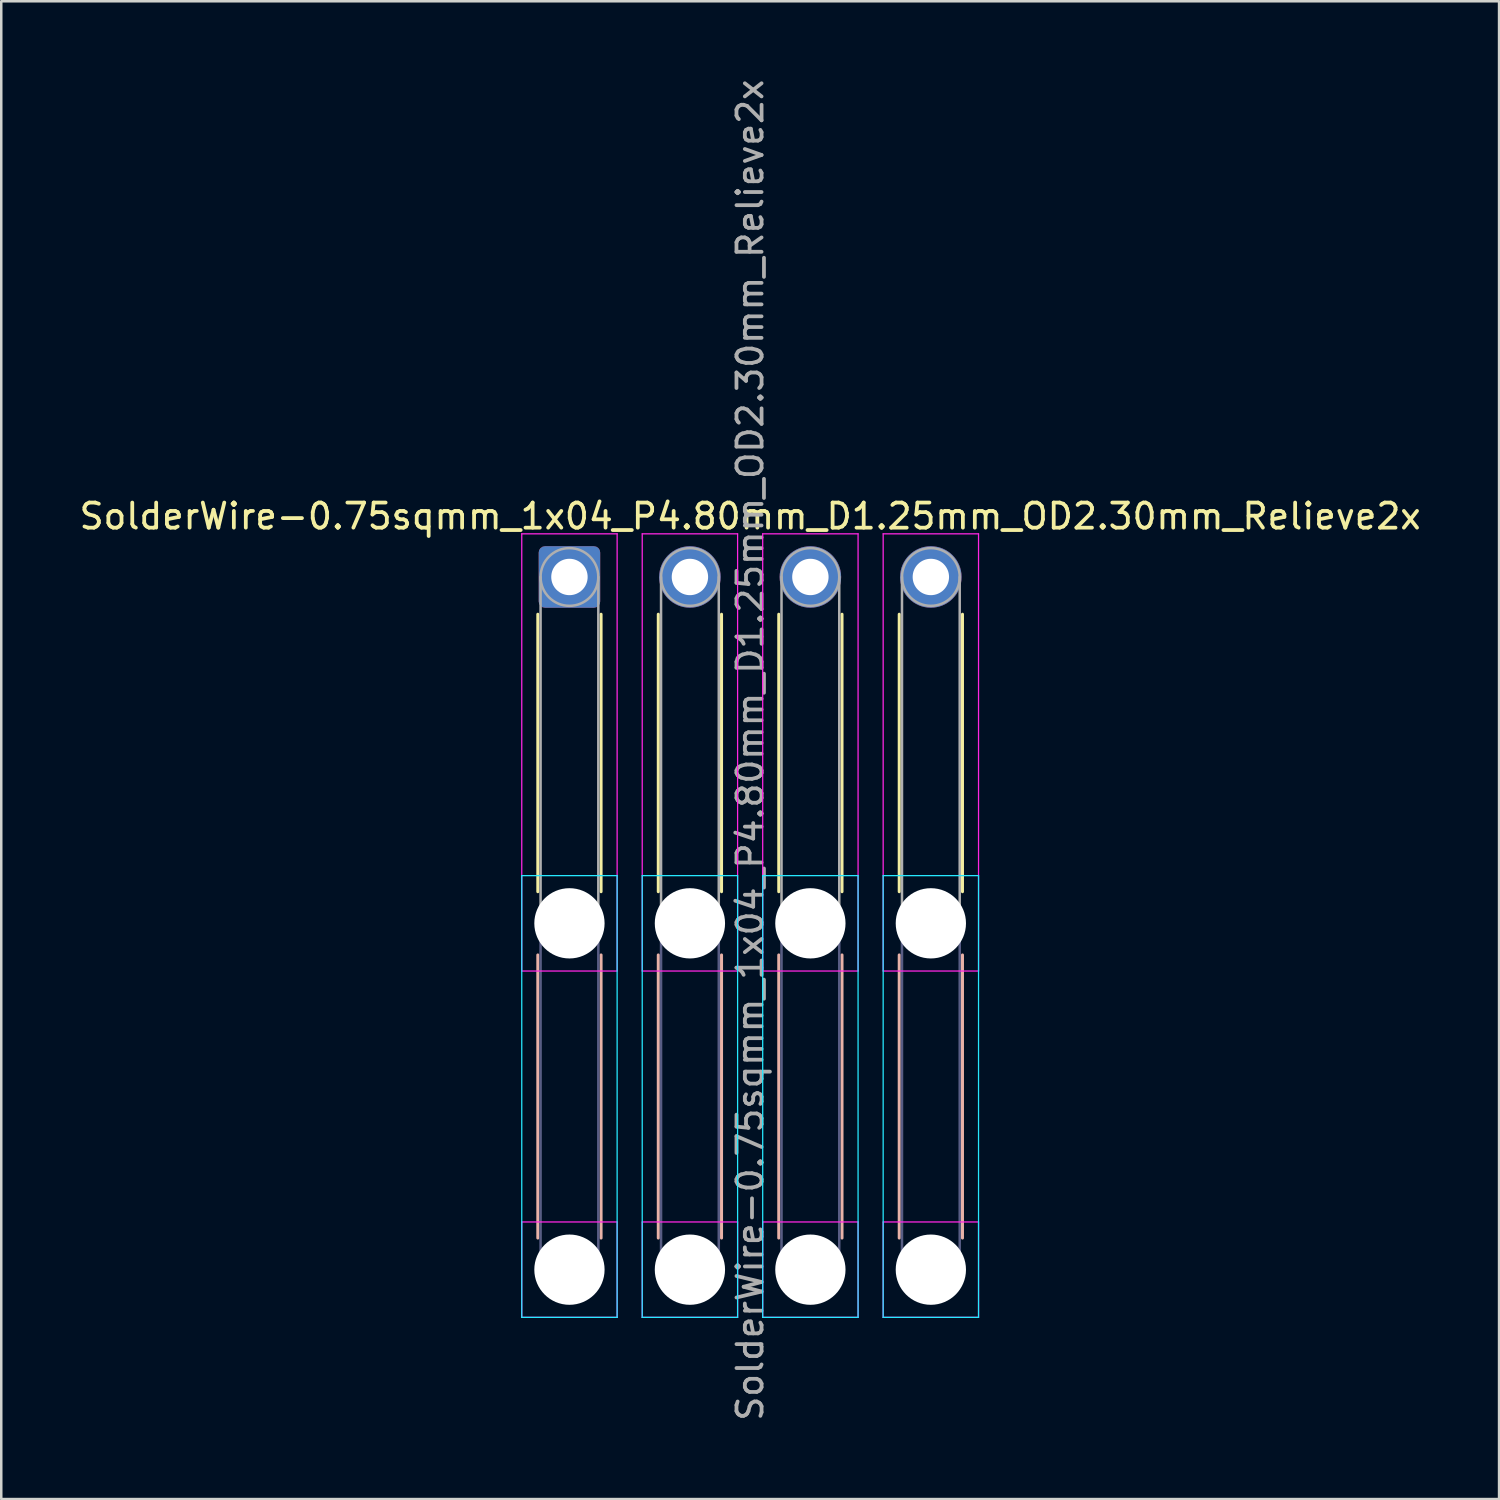
<source format=kicad_pcb>
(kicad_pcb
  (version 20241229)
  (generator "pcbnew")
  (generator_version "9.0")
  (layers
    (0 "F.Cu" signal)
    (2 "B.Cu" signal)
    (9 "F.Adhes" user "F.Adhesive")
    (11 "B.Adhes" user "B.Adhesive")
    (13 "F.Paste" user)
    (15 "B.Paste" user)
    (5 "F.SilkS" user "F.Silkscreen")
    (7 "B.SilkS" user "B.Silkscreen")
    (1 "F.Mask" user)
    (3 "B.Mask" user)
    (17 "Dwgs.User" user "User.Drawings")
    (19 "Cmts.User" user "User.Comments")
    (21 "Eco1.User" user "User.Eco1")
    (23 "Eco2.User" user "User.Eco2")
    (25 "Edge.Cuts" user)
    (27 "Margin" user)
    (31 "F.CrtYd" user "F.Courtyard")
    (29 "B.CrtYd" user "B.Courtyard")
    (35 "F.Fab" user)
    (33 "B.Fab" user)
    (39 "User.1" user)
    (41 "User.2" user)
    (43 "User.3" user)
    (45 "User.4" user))
  (footprint "SolderWire-0.75sqmm_1x04_P4.80mm_D1.25mm_OD2.30mm_Relieve2x"
    (layer "F.Cu")
    (at 19.639 19.939)
    (property "Reference" "SolderWire-0.75sqmm_1x04_P4.80mm_D1.25mm_OD2.30mm_Relieve2x" (at 7.2 -2.42 0) (layer "F.SilkS") (effects (font (size 1 1) (thickness 0.15))))
    (attr exclude_from_pos_files exclude_from_bom)
    (fp_line (start -1.26 1.485) (end -1.26 12.54) (stroke (width 0.12) (type solid)) (layer "F.SilkS"))
    (fp_line (start 1.26 1.485) (end 1.26 12.54) (stroke (width 0.12) (type solid)) (layer "F.SilkS"))
    (fp_line (start 3.54 1.485) (end 3.54 12.54) (stroke (width 0.12) (type solid)) (layer "F.SilkS"))
    (fp_line (start 6.06 1.485) (end 6.06 12.54) (stroke (width 0.12) (type solid)) (layer "F.SilkS"))
    (fp_line (start 8.34 1.485) (end 8.34 12.54) (stroke (width 0.12) (type solid)) (layer "F.SilkS"))
    (fp_line (start 10.86 1.485) (end 10.86 12.54) (stroke (width 0.12) (type solid)) (layer "F.SilkS"))
    (fp_line (start 13.14 1.485) (end 13.14 12.54) (stroke (width 0.12) (type solid)) (layer "F.SilkS"))
    (fp_line (start 15.66 1.485) (end 15.66 12.54) (stroke (width 0.12) (type solid)) (layer "F.SilkS"))
    (fp_line (start -1.26 15.06) (end -1.26 26.34) (stroke (width 0.12) (type solid)) (layer "B.SilkS"))
    (fp_line (start 1.26 15.06) (end 1.26 26.34) (stroke (width 0.12) (type solid)) (layer "B.SilkS"))
    (fp_line (start 3.54 15.06) (end 3.54 26.34) (stroke (width 0.12) (type solid)) (layer "B.SilkS"))
    (fp_line (start 6.06 15.06) (end 6.06 26.34) (stroke (width 0.12) (type solid)) (layer "B.SilkS"))
    (fp_line (start 8.34 15.06) (end 8.34 26.34) (stroke (width 0.12) (type solid)) (layer "B.SilkS"))
    (fp_line (start 10.86 15.06) (end 10.86 26.34) (stroke (width 0.12) (type solid)) (layer "B.SilkS"))
    (fp_line (start 13.14 15.06) (end 13.14 26.34) (stroke (width 0.12) (type solid)) (layer "B.SilkS"))
    (fp_line (start 15.66 15.06) (end 15.66 26.34) (stroke (width 0.12) (type solid)) (layer "B.SilkS"))
    (fp_line (start -1.9 11.9) (end -1.9 29.5) (stroke (width 0.05) (type solid)) (layer "B.CrtYd"))
    (fp_line (start -1.9 29.5) (end 1.9 29.5) (stroke (width 0.05) (type solid)) (layer "B.CrtYd"))
    (fp_line (start 1.9 11.9) (end -1.9 11.9) (stroke (width 0.05) (type solid)) (layer "B.CrtYd"))
    (fp_line (start 1.9 29.5) (end 1.9 11.9) (stroke (width 0.05) (type solid)) (layer "B.CrtYd"))
    (fp_line (start 2.9 11.9) (end 2.9 29.5) (stroke (width 0.05) (type solid)) (layer "B.CrtYd"))
    (fp_line (start 2.9 29.5) (end 6.7 29.5) (stroke (width 0.05) (type solid)) (layer "B.CrtYd"))
    (fp_line (start 6.7 11.9) (end 2.9 11.9) (stroke (width 0.05) (type solid)) (layer "B.CrtYd"))
    (fp_line (start 6.7 29.5) (end 6.7 11.9) (stroke (width 0.05) (type solid)) (layer "B.CrtYd"))
    (fp_line (start 7.7 11.9) (end 7.7 29.5) (stroke (width 0.05) (type solid)) (layer "B.CrtYd"))
    (fp_line (start 7.7 29.5) (end 11.5 29.5) (stroke (width 0.05) (type solid)) (layer "B.CrtYd"))
    (fp_line (start 11.5 11.9) (end 7.7 11.9) (stroke (width 0.05) (type solid)) (layer "B.CrtYd"))
    (fp_line (start 11.5 29.5) (end 11.5 11.9) (stroke (width 0.05) (type solid)) (layer "B.CrtYd"))
    (fp_line (start 12.5 11.9) (end 12.5 29.5) (stroke (width 0.05) (type solid)) (layer "B.CrtYd"))
    (fp_line (start 12.5 29.5) (end 16.3 29.5) (stroke (width 0.05) (type solid)) (layer "B.CrtYd"))
    (fp_line (start 16.3 11.9) (end 12.5 11.9) (stroke (width 0.05) (type solid)) (layer "B.CrtYd"))
    (fp_line (start 16.3 29.5) (end 16.3 11.9) (stroke (width 0.05) (type solid)) (layer "B.CrtYd"))
    (fp_line (start -1.9 -1.72) (end -1.9 15.7) (stroke (width 0.05) (type solid)) (layer "F.CrtYd"))
    (fp_line (start -1.9 15.7) (end 1.9 15.7) (stroke (width 0.05) (type solid)) (layer "F.CrtYd"))
    (fp_line (start -1.9 25.7) (end -1.9 29.5) (stroke (width 0.05) (type solid)) (layer "F.CrtYd"))
    (fp_line (start -1.9 29.5) (end 1.9 29.5) (stroke (width 0.05) (type solid)) (layer "F.CrtYd"))
    (fp_line (start 1.9 -1.72) (end -1.9 -1.72) (stroke (width 0.05) (type solid)) (layer "F.CrtYd"))
    (fp_line (start 1.9 15.7) (end 1.9 -1.72) (stroke (width 0.05) (type solid)) (layer "F.CrtYd"))
    (fp_line (start 1.9 25.7) (end -1.9 25.7) (stroke (width 0.05) (type solid)) (layer "F.CrtYd"))
    (fp_line (start 1.9 29.5) (end 1.9 25.7) (stroke (width 0.05) (type solid)) (layer "F.CrtYd"))
    (fp_line (start 2.9 -1.72) (end 2.9 15.7) (stroke (width 0.05) (type solid)) (layer "F.CrtYd"))
    (fp_line (start 2.9 15.7) (end 6.7 15.7) (stroke (width 0.05) (type solid)) (layer "F.CrtYd"))
    (fp_line (start 2.9 25.7) (end 2.9 29.5) (stroke (width 0.05) (type solid)) (layer "F.CrtYd"))
    (fp_line (start 2.9 29.5) (end 6.7 29.5) (stroke (width 0.05) (type solid)) (layer "F.CrtYd"))
    (fp_line (start 6.7 -1.72) (end 2.9 -1.72) (stroke (width 0.05) (type solid)) (layer "F.CrtYd"))
    (fp_line (start 6.7 15.7) (end 6.7 -1.72) (stroke (width 0.05) (type solid)) (layer "F.CrtYd"))
    (fp_line (start 6.7 25.7) (end 2.9 25.7) (stroke (width 0.05) (type solid)) (layer "F.CrtYd"))
    (fp_line (start 6.7 29.5) (end 6.7 25.7) (stroke (width 0.05) (type solid)) (layer "F.CrtYd"))
    (fp_line (start 7.7 -1.72) (end 7.7 15.7) (stroke (width 0.05) (type solid)) (layer "F.CrtYd"))
    (fp_line (start 7.7 15.7) (end 11.5 15.7) (stroke (width 0.05) (type solid)) (layer "F.CrtYd"))
    (fp_line (start 7.7 25.7) (end 7.7 29.5) (stroke (width 0.05) (type solid)) (layer "F.CrtYd"))
    (fp_line (start 7.7 29.5) (end 11.5 29.5) (stroke (width 0.05) (type solid)) (layer "F.CrtYd"))
    (fp_line (start 11.5 -1.72) (end 7.7 -1.72) (stroke (width 0.05) (type solid)) (layer "F.CrtYd"))
    (fp_line (start 11.5 15.7) (end 11.5 -1.72) (stroke (width 0.05) (type solid)) (layer "F.CrtYd"))
    (fp_line (start 11.5 25.7) (end 7.7 25.7) (stroke (width 0.05) (type solid)) (layer "F.CrtYd"))
    (fp_line (start 11.5 29.5) (end 11.5 25.7) (stroke (width 0.05) (type solid)) (layer "F.CrtYd"))
    (fp_line (start 12.5 -1.72) (end 12.5 15.7) (stroke (width 0.05) (type solid)) (layer "F.CrtYd"))
    (fp_line (start 12.5 15.7) (end 16.3 15.7) (stroke (width 0.05) (type solid)) (layer "F.CrtYd"))
    (fp_line (start 12.5 25.7) (end 12.5 29.5) (stroke (width 0.05) (type solid)) (layer "F.CrtYd"))
    (fp_line (start 12.5 29.5) (end 16.3 29.5) (stroke (width 0.05) (type solid)) (layer "F.CrtYd"))
    (fp_line (start 16.3 -1.72) (end 12.5 -1.72) (stroke (width 0.05) (type solid)) (layer "F.CrtYd"))
    (fp_line (start 16.3 15.7) (end 16.3 -1.72) (stroke (width 0.05) (type solid)) (layer "F.CrtYd"))
    (fp_line (start 16.3 25.7) (end 12.5 25.7) (stroke (width 0.05) (type solid)) (layer "F.CrtYd"))
    (fp_line (start 16.3 29.5) (end 16.3 25.7) (stroke (width 0.05) (type solid)) (layer "F.CrtYd"))
    (fp_line (start -1.15 13.8) (end -1.15 27.6) (stroke (width 0.1) (type solid)) (layer "B.Fab"))
    (fp_line (start 1.15 13.8) (end 1.15 27.6) (stroke (width 0.1) (type solid)) (layer "B.Fab"))
    (fp_line (start 3.65 13.8) (end 3.65 27.6) (stroke (width 0.1) (type solid)) (layer "B.Fab"))
    (fp_line (start 5.95 13.8) (end 5.95 27.6) (stroke (width 0.1) (type solid)) (layer "B.Fab"))
    (fp_line (start 8.45 13.8) (end 8.45 27.6) (stroke (width 0.1) (type solid)) (layer "B.Fab"))
    (fp_line (start 10.75 13.8) (end 10.75 27.6) (stroke (width 0.1) (type solid)) (layer "B.Fab"))
    (fp_line (start 13.25 13.8) (end 13.25 27.6) (stroke (width 0.1) (type solid)) (layer "B.Fab"))
    (fp_line (start 15.55 13.8) (end 15.55 27.6) (stroke (width 0.1) (type solid)) (layer "B.Fab"))
    (fp_circle (center 0 13.8) (end 1.15 13.8) (stroke (width 0.1) (type solid)) (fill no) (layer "B.Fab"))
    (fp_circle (center 0 27.6) (end 1.15 27.6) (stroke (width 0.1) (type solid)) (fill no) (layer "B.Fab"))
    (fp_circle (center 4.8 13.8) (end 5.95 13.8) (stroke (width 0.1) (type solid)) (fill no) (layer "B.Fab"))
    (fp_circle (center 4.8 27.6) (end 5.95 27.6) (stroke (width 0.1) (type solid)) (fill no) (layer "B.Fab"))
    (fp_circle (center 9.6 13.8) (end 10.75 13.8) (stroke (width 0.1) (type solid)) (fill no) (layer "B.Fab"))
    (fp_circle (center 9.6 27.6) (end 10.75 27.6) (stroke (width 0.1) (type solid)) (fill no) (layer "B.Fab"))
    (fp_circle (center 14.4 13.8) (end 15.55 13.8) (stroke (width 0.1) (type solid)) (fill no) (layer "B.Fab"))
    (fp_circle (center 14.4 27.6) (end 15.55 27.6) (stroke (width 0.1) (type solid)) (fill no) (layer "B.Fab"))
    (fp_line (start -1.15 0) (end -1.15 13.8) (stroke (width 0.1) (type solid)) (layer "F.Fab"))
    (fp_line (start 1.15 0) (end 1.15 13.8) (stroke (width 0.1) (type solid)) (layer "F.Fab"))
    (fp_line (start 3.65 0) (end 3.65 13.8) (stroke (width 0.1) (type solid)) (layer "F.Fab"))
    (fp_line (start 5.95 0) (end 5.95 13.8) (stroke (width 0.1) (type solid)) (layer "F.Fab"))
    (fp_line (start 8.45 0) (end 8.45 13.8) (stroke (width 0.1) (type solid)) (layer "F.Fab"))
    (fp_line (start 10.75 0) (end 10.75 13.8) (stroke (width 0.1) (type solid)) (layer "F.Fab"))
    (fp_line (start 13.25 0) (end 13.25 13.8) (stroke (width 0.1) (type solid)) (layer "F.Fab"))
    (fp_line (start 15.55 0) (end 15.55 13.8) (stroke (width 0.1) (type solid)) (layer "F.Fab"))
    (fp_circle (center 0 0) (end 1.15 0) (stroke (width 0.1) (type solid)) (fill no) (layer "F.Fab"))
    (fp_circle (center 0 13.8) (end 1.15 13.8) (stroke (width 0.1) (type solid)) (fill no) (layer "F.Fab"))
    (fp_circle (center 0 27.6) (end 1.15 27.6) (stroke (width 0.1) (type solid)) (fill no) (layer "F.Fab"))
    (fp_circle (center 4.8 0) (end 5.95 0) (stroke (width 0.1) (type solid)) (fill no) (layer "F.Fab"))
    (fp_circle (center 4.8 13.8) (end 5.95 13.8) (stroke (width 0.1) (type solid)) (fill no) (layer "F.Fab"))
    (fp_circle (center 4.8 27.6) (end 5.95 27.6) (stroke (width 0.1) (type solid)) (fill no) (layer "F.Fab"))
    (fp_circle (center 9.6 0) (end 10.75 0) (stroke (width 0.1) (type solid)) (fill no) (layer "F.Fab"))
    (fp_circle (center 9.6 13.8) (end 10.75 13.8) (stroke (width 0.1) (type solid)) (fill no) (layer "F.Fab"))
    (fp_circle (center 9.6 27.6) (end 10.75 27.6) (stroke (width 0.1) (type solid)) (fill no) (layer "F.Fab"))
    (fp_circle (center 14.4 0) (end 15.55 0) (stroke (width 0.1) (type solid)) (fill no) (layer "F.Fab"))
    (fp_circle (center 14.4 13.8) (end 15.55 13.8) (stroke (width 0.1) (type solid)) (fill no) (layer "F.Fab"))
    (fp_circle (center 14.4 27.6) (end 15.55 27.6) (stroke (width 0.1) (type solid)) (fill no) (layer "F.Fab"))
    (fp_text user "${REFERENCE}" (at 7.2 6.9 90) (layer "F.Fab") (effects (font (size 1 1) (thickness 0.15))))
    (pad "" np_thru_hole circle (at 0 13.8) (size 2.8 2.8) (drill 2.8) (layers "*.Cu" "*.Mask"))
    (pad "" np_thru_hole circle (at 0 27.6) (size 2.8 2.8) (drill 2.8) (layers "*.Cu" "*.Mask"))
    (pad "" np_thru_hole circle (at 4.8 13.8) (size 2.8 2.8) (drill 2.8) (layers "*.Cu" "*.Mask"))
    (pad "" np_thru_hole circle (at 4.8 27.6) (size 2.8 2.8) (drill 2.8) (layers "*.Cu" "*.Mask"))
    (pad "" np_thru_hole circle (at 9.6 13.8) (size 2.8 2.8) (drill 2.8) (layers "*.Cu" "*.Mask"))
    (pad "" np_thru_hole circle (at 9.6 27.6) (size 2.8 2.8) (drill 2.8) (layers "*.Cu" "*.Mask"))
    (pad "" np_thru_hole circle (at 14.4 13.8) (size 2.8 2.8) (drill 2.8) (layers "*.Cu" "*.Mask"))
    (pad "" np_thru_hole circle (at 14.4 27.6) (size 2.8 2.8) (drill 2.8) (layers "*.Cu" "*.Mask"))
    (pad "1" thru_hole roundrect (at 0 0) (size 2.45 2.45) (drill 1.45) (layers "*.Cu" "*.Mask") (roundrect_rratio 0.102))
    (pad "2" thru_hole circle (at 4.8 0) (size 2.45 2.45) (drill 1.45) (layers "*.Cu" "*.Mask"))
    (pad "3" thru_hole circle (at 9.6 0) (size 2.45 2.45) (drill 1.45) (layers "*.Cu" "*.Mask"))
    (pad "4" thru_hole circle (at 14.4 0) (size 2.45 2.45) (drill 1.45) (layers "*.Cu" "*.Mask")))
  (gr_rect
    (start -3 -3)
    (end 56.679 56.679)
    (stroke (width 0.1) (type default))
    (fill no)
    (layer "Edge.Cuts")))
</source>
